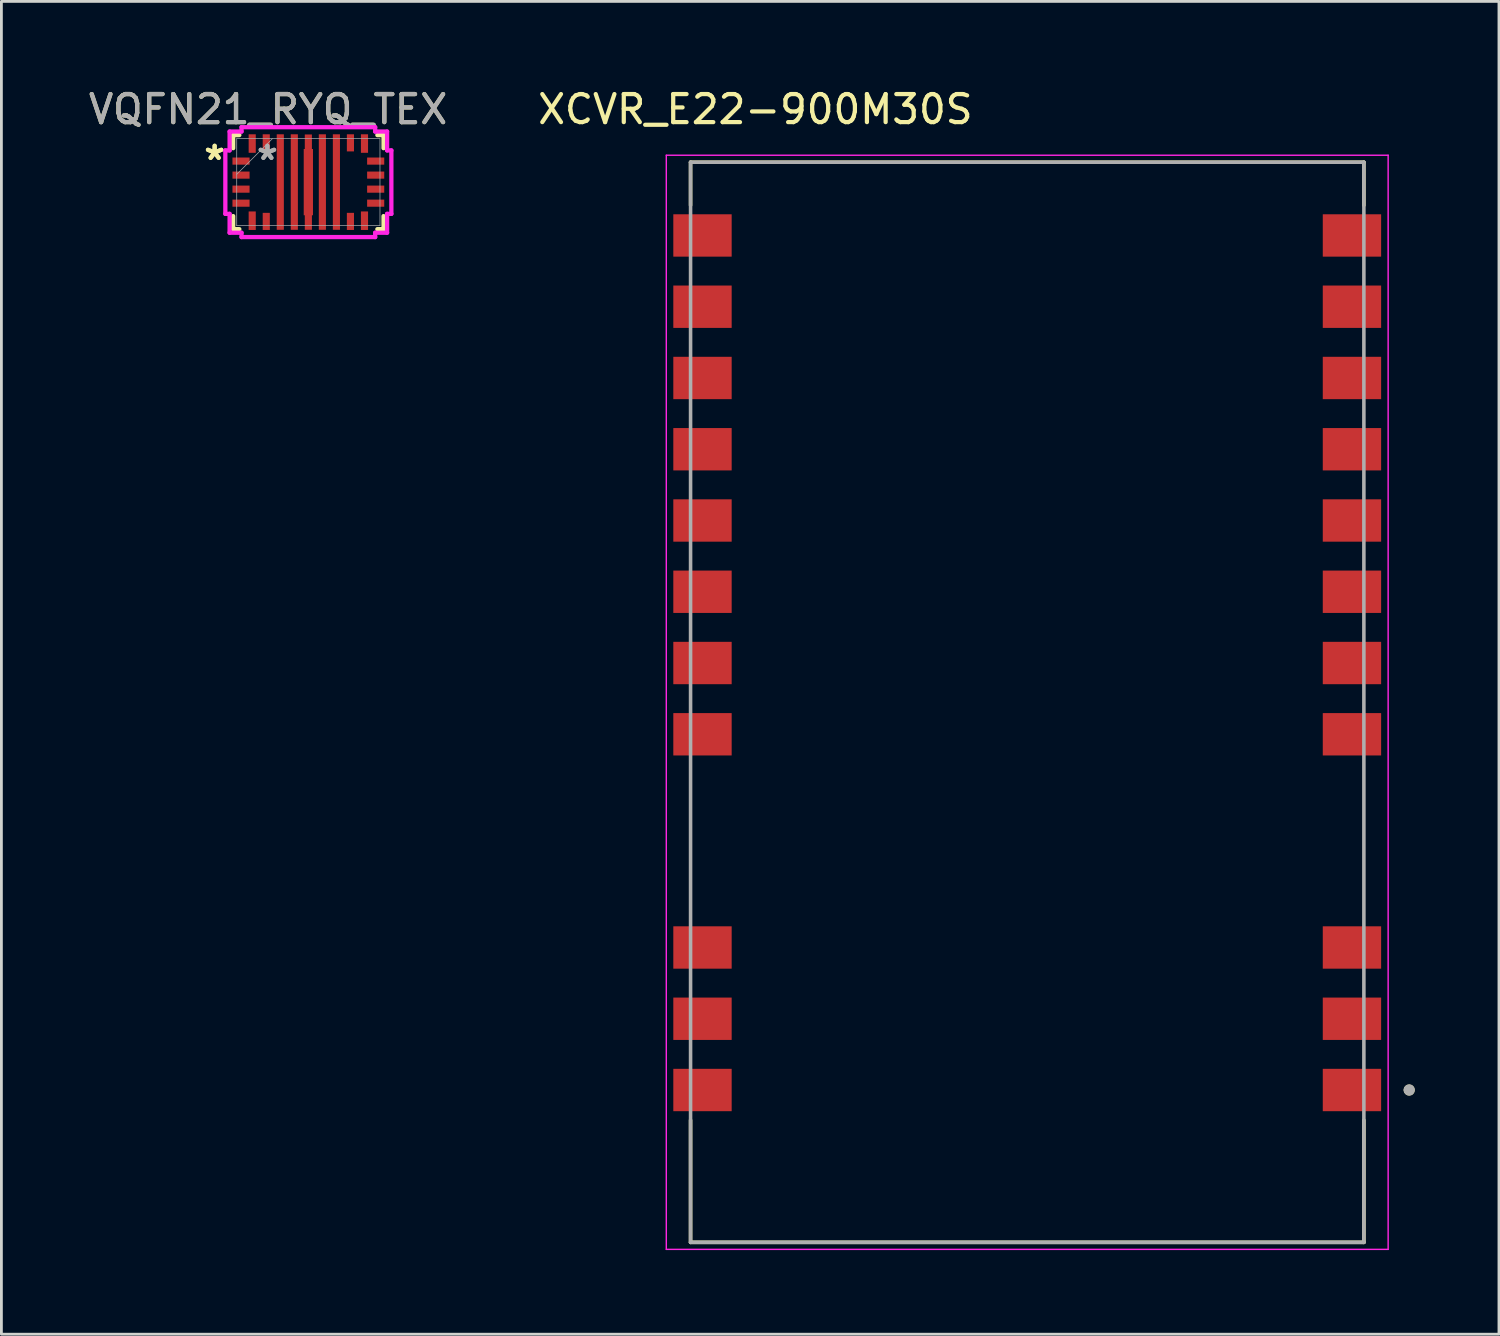
<source format=kicad_pcb>
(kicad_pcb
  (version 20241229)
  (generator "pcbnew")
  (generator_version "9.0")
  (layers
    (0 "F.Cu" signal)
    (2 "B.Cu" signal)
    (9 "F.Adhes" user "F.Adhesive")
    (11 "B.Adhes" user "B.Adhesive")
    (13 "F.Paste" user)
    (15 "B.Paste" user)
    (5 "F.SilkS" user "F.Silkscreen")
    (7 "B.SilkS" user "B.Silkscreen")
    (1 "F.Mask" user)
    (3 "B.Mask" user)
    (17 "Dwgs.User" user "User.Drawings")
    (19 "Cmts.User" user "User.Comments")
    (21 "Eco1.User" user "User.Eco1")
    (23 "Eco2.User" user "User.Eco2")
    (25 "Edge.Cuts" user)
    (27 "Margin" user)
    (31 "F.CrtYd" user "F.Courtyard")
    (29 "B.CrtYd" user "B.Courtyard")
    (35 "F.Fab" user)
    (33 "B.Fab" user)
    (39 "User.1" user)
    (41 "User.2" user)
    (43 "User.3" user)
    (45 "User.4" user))
  (footprint "VQFN21_RYQ_TEX"
    (layer "F.Cu")
    (at 7.941 3.442)
    (property "Reference" "VQFN21_RYQ_TEX" (at -1.435 -2.594 0) (unlocked yes) (layer "F.SilkS") (effects (font (size 1 1) (thickness 0.15))))
    (attr smd)
    (fp_poly (pts (xy -0.127 -1.699) (xy -0.127 -1.181) (xy -0.165 -1.181) (xy -0.165 1.181) (xy -0.127 1.181) (xy -0.127 1.699) (xy 0.127 1.699) (xy 0.127 1.181) (xy 0.165 1.181) (xy 0.165 -1.181) (xy 0.127 -1.181) (xy 0.127 -1.699)) (stroke (width 0) (type solid)) (fill yes) (layer "F.Cu"))
    (fp_poly (pts (xy -0.127 -1.699) (xy -0.127 -1.181) (xy -0.165 -1.181) (xy -0.165 1.181) (xy -0.127 1.181) (xy -0.127 1.699) (xy 0.127 1.699) (xy 0.127 1.181) (xy 0.165 1.181) (xy 0.165 -1.181) (xy 0.127 -1.181) (xy 0.127 -1.699)) (stroke (width 0) (type solid)) (fill yes) (layer "F.Mask"))
    (fp_line (start -2.68 -1.676) (end -2.68 -1.21) (stroke (width 0.152) (type solid)) (layer "F.SilkS"))
    (fp_line (start -2.68 1.21) (end -2.68 1.676) (stroke (width 0.152) (type solid)) (layer "F.SilkS"))
    (fp_line (start -2.68 1.676) (end -2.46 1.676) (stroke (width 0.152) (type solid)) (layer "F.SilkS"))
    (fp_line (start -2.46 -1.676) (end -2.68 -1.676) (stroke (width 0.152) (type solid)) (layer "F.SilkS"))
    (fp_line (start 2.46 1.676) (end 2.68 1.676) (stroke (width 0.152) (type solid)) (layer "F.SilkS"))
    (fp_line (start 2.68 -1.676) (end 2.46 -1.676) (stroke (width 0.152) (type solid)) (layer "F.SilkS"))
    (fp_line (start 2.68 -1.21) (end 2.68 -1.676) (stroke (width 0.152) (type solid)) (layer "F.SilkS"))
    (fp_line (start 2.68 1.676) (end 2.68 1.21) (stroke (width 0.152) (type solid)) (layer "F.SilkS"))
    (fp_poly (pts (xy -0.127 -1.699) (xy -0.127 -1.181) (xy -0.165 -1.181) (xy -0.165 1.181) (xy -0.127 1.181) (xy -0.127 1.699) (xy 0.127 1.699) (xy 0.127 1.181) (xy 0.165 1.181) (xy 0.165 -1.181) (xy 0.127 -1.181) (xy 0.127 -1.699)) (stroke (width 0) (type solid)) (fill yes) (layer "F.Paste"))
    (fp_poly (pts (xy 0.127 -1.705) (xy 0.127 -1.181) (xy 0.165 -1.181) (xy 0.165 1.181) (xy 0.127 1.181) (xy 0.127 1.699) (xy -0.127 1.699) (xy -0.127 1.181) (xy -0.165 1.181) (xy -0.165 -1.181) (xy -0.127 -1.181) (xy -0.127 -1.705)) (stroke (width 0) (type solid)) (fill yes) (layer "F.Paste"))
    (fp_poly (pts (xy 0.127 -1.705) (xy 0.127 -1.181) (xy 0.165 -1.181) (xy 0.165 1.181) (xy 0.127 1.181) (xy 0.127 1.699) (xy -0.127 1.699) (xy -0.127 1.181) (xy -0.165 1.181) (xy -0.165 -1.181) (xy -0.127 -1.181) (xy -0.127 -1.705)) (stroke (width 0) (type solid)) (fill yes) (layer "F.Paste"))
    (fp_line (start -2.959 -1.131) (end -2.807 -1.131) (stroke (width 0.152) (type solid)) (layer "F.CrtYd"))
    (fp_line (start -2.959 1.131) (end -2.959 -1.131) (stroke (width 0.152) (type solid)) (layer "F.CrtYd"))
    (fp_line (start -2.807 -1.803) (end -2.382 -1.803) (stroke (width 0.152) (type solid)) (layer "F.CrtYd"))
    (fp_line (start -2.807 -1.131) (end -2.807 -1.803) (stroke (width 0.152) (type solid)) (layer "F.CrtYd"))
    (fp_line (start -2.807 1.131) (end -2.959 1.131) (stroke (width 0.152) (type solid)) (layer "F.CrtYd"))
    (fp_line (start -2.807 1.803) (end -2.807 1.131) (stroke (width 0.152) (type solid)) (layer "F.CrtYd"))
    (fp_line (start -2.382 -1.959) (end 2.382 -1.959) (stroke (width 0.152) (type solid)) (layer "F.CrtYd"))
    (fp_line (start -2.382 -1.803) (end -2.382 -1.959) (stroke (width 0.152) (type solid)) (layer "F.CrtYd"))
    (fp_line (start -2.382 1.803) (end -2.807 1.803) (stroke (width 0.152) (type solid)) (layer "F.CrtYd"))
    (fp_line (start -2.382 1.959) (end -2.382 1.803) (stroke (width 0.152) (type solid)) (layer "F.CrtYd"))
    (fp_line (start 2.382 -1.959) (end 2.382 -1.803) (stroke (width 0.152) (type solid)) (layer "F.CrtYd"))
    (fp_line (start 2.382 -1.803) (end 2.807 -1.803) (stroke (width 0.152) (type solid)) (layer "F.CrtYd"))
    (fp_line (start 2.382 1.803) (end 2.382 1.959) (stroke (width 0.152) (type solid)) (layer "F.CrtYd"))
    (fp_line (start 2.382 1.959) (end -2.382 1.959) (stroke (width 0.152) (type solid)) (layer "F.CrtYd"))
    (fp_line (start 2.807 -1.803) (end 2.807 -1.131) (stroke (width 0.152) (type solid)) (layer "F.CrtYd"))
    (fp_line (start 2.807 -1.131) (end 2.959 -1.131) (stroke (width 0.152) (type solid)) (layer "F.CrtYd"))
    (fp_line (start 2.807 1.131) (end 2.807 1.803) (stroke (width 0.152) (type solid)) (layer "F.CrtYd"))
    (fp_line (start 2.807 1.803) (end 2.382 1.803) (stroke (width 0.152) (type solid)) (layer "F.CrtYd"))
    (fp_line (start 2.959 -1.131) (end 2.959 1.131) (stroke (width 0.152) (type solid)) (layer "F.CrtYd"))
    (fp_line (start 2.959 1.131) (end 2.807 1.131) (stroke (width 0.152) (type solid)) (layer "F.CrtYd"))
    (fp_line (start -2.553 -1.549) (end -2.553 1.549) (stroke (width 0.025) (type solid)) (layer "F.Fab"))
    (fp_line (start -2.553 -0.279) (end -1.283 -1.549) (stroke (width 0.025) (type solid)) (layer "F.Fab"))
    (fp_line (start -2.553 1.549) (end 2.553 1.549) (stroke (width 0.025) (type solid)) (layer "F.Fab"))
    (fp_line (start 2.553 -1.549) (end -2.553 -1.549) (stroke (width 0.025) (type solid)) (layer "F.Fab"))
    (fp_line (start 2.553 1.549) (end 2.553 -1.549) (stroke (width 0.025) (type solid)) (layer "F.Fab"))
    (fp_text user "*" (at -3.34 -0.75 0) (layer "F.SilkS") (effects (font (size 1 1) (thickness 0.15))))
    (fp_text user "*" (at -3.34 -0.75 0) (unlocked yes) (layer "F.SilkS") (effects (font (size 1 1) (thickness 0.15))))
    (fp_text user "*" (at -1.46 -0.75 0) (unlocked yes) (layer "F.Fab") (effects (font (size 1 1) (thickness 0.15))))
    (fp_text user "*" (at -1.46 -0.75 0) (layer "F.Fab") (effects (font (size 1 1) (thickness 0.15))))
    (fp_text user "${REFERENCE}" (at -1.435 -2.594 0) (unlocked yes) (layer "F.Fab") (effects (font (size 1 1) (thickness 0.15))))
    (pad "1" smd rect (at -2.4 -0.75) (size 0.61 0.254) (layers "F.Cu" "F.Mask" "F.Paste"))
    (pad "2" smd rect (at -2.4 -0.25) (size 0.61 0.254) (layers "F.Cu" "F.Mask" "F.Paste"))
    (pad "3" smd rect (at -2.4 0.25) (size 0.61 0.254) (layers "F.Cu" "F.Mask" "F.Paste"))
    (pad "4" smd rect (at -2.4 0.75) (size 0.61 0.254) (layers "F.Cu" "F.Mask" "F.Paste"))
    (pad "5" smd rect (at -2.001 1.375) (size 0.254 0.66) (layers "F.Cu" "F.Mask" "F.Paste"))
    (pad "6" smd rect (at -1.5 1.4 90) (size 0.61 0.254) (layers "F.Cu" "F.Mask" "F.Paste"))
    (pad "7" smd rect (at -1 -0.003) (size 0.254 3.404) (layers "F.Cu" "F.Mask" "F.Paste"))
    (pad "8" smd rect (at -0.5 -0.003) (size 0.254 3.404) (layers "F.Cu" "F.Mask" "F.Paste"))
    (pad "9" smd rect (at 0 -0.003) (size 0.127 0.127) (layers "F.Cu" "F.Mask" "F.Paste"))
    (pad "10" smd rect (at 0.5 -0.003) (size 0.254 3.404) (layers "F.Cu" "F.Mask" "F.Paste"))
    (pad "11" smd rect (at 1 -0.003) (size 0.254 3.404) (layers "F.Cu" "F.Mask" "F.Paste"))
    (pad "12" smd rect (at 1.5 1.4 90) (size 0.61 0.254) (layers "F.Cu" "F.Mask" "F.Paste"))
    (pad "13" smd rect (at 2.001 1.375) (size 0.254 0.66) (layers "F.Cu" "F.Mask" "F.Paste"))
    (pad "14" smd rect (at 2.4 0.75) (size 0.61 0.254) (layers "F.Cu" "F.Mask" "F.Paste"))
    (pad "15" smd rect (at 2.4 0.25) (size 0.61 0.254) (layers "F.Cu" "F.Mask" "F.Paste"))
    (pad "16" smd rect (at 2.4 -0.25) (size 0.61 0.254) (layers "F.Cu" "F.Mask" "F.Paste"))
    (pad "17" smd rect (at 2.4 -0.75) (size 0.61 0.254) (layers "F.Cu" "F.Mask" "F.Paste"))
    (pad "18" smd rect (at 2.001 -1.375) (size 0.254 0.66) (layers "F.Cu" "F.Mask" "F.Paste"))
    (pad "19" smd rect (at 1.5 -1.4 90) (size 0.61 0.254) (layers "F.Cu" "F.Mask" "F.Paste"))
    (pad "20" smd rect (at -1.5 -1.4 90) (size 0.61 0.254) (layers "F.Cu" "F.Mask" "F.Paste"))
    (pad "21" smd rect (at -2.001 -1.375) (size 0.254 0.66) (layers "F.Cu" "F.Mask" "F.Paste")))
  (footprint "XCVR_E22-900M30S"
    (layer "F.Cu")
    (at 33.565 21.983)
    (property "Reference" "XCVR_E22-900M30S" (at -9.69 -21.135 0) (layer "F.SilkS") (effects (font (size 1 1) (thickness 0.15))))
    (attr smd)
    (fp_line (start -12 -19.25) (end 12 -19.25) (stroke (width 0.127) (type solid)) (layer "F.SilkS"))
    (fp_line (start -12 -17.715) (end -12 -19.25) (stroke (width 0.127) (type solid)) (layer "F.SilkS"))
    (fp_line (start -12 19.25) (end -12 14.895) (stroke (width 0.127) (type solid)) (layer "F.SilkS"))
    (fp_line (start 12 -19.25) (end 12 -17.715) (stroke (width 0.127) (type solid)) (layer "F.SilkS"))
    (fp_line (start 12 19.25) (end -12 19.25) (stroke (width 0.127) (type solid)) (layer "F.SilkS"))
    (fp_line (start 12 19.25) (end 12 14.895) (stroke (width 0.127) (type solid)) (layer "F.SilkS"))
    (fp_circle (center 13.615 13.82) (end 13.715 13.82) (stroke (width 0.2) (type solid)) (fill no) (layer "F.SilkS"))
    (fp_line (start -12.865 -19.5) (end -12.865 19.5) (stroke (width 0.05) (type solid)) (layer "F.CrtYd"))
    (fp_line (start -12.865 19.5) (end 12.865 19.5) (stroke (width 0.05) (type solid)) (layer "F.CrtYd"))
    (fp_line (start 12.865 -19.5) (end -12.865 -19.5) (stroke (width 0.05) (type solid)) (layer "F.CrtYd"))
    (fp_line (start 12.865 19.5) (end 12.865 -19.5) (stroke (width 0.05) (type solid)) (layer "F.CrtYd"))
    (fp_line (start -12 -19.25) (end 12 -19.25) (stroke (width 0.127) (type solid)) (layer "F.Fab"))
    (fp_line (start -12 19.25) (end -12 -19.25) (stroke (width 0.127) (type solid)) (layer "F.Fab"))
    (fp_line (start 12 -19.25) (end 12 19.25) (stroke (width 0.127) (type solid)) (layer "F.Fab"))
    (fp_line (start 12 19.25) (end -12 19.25) (stroke (width 0.127) (type solid)) (layer "F.Fab"))
    (fp_circle (center 13.615 13.82) (end 13.715 13.82) (stroke (width 0.2) (type solid)) (fill no) (layer "F.Fab"))
    (pad "1" smd rect (at 11.575 13.82) (size 2.08 1.51) (layers "F.Cu" "F.Mask" "F.Paste"))
    (pad "2" smd rect (at 11.575 11.28) (size 2.08 1.51) (layers "F.Cu" "F.Mask" "F.Paste"))
    (pad "3" smd rect (at 11.575 8.74) (size 2.08 1.51) (layers "F.Cu" "F.Mask" "F.Paste"))
    (pad "4" smd rect (at 11.575 1.14) (size 2.08 1.51) (layers "F.Cu" "F.Mask" "F.Paste"))
    (pad "5" smd rect (at 11.575 -1.4) (size 2.08 1.51) (layers "F.Cu" "F.Mask" "F.Paste"))
    (pad "6" smd rect (at 11.575 -3.94) (size 2.08 1.51) (layers "F.Cu" "F.Mask" "F.Paste"))
    (pad "7" smd rect (at 11.575 -6.48) (size 2.08 1.51) (layers "F.Cu" "F.Mask" "F.Paste"))
    (pad "8" smd rect (at 11.575 -9.02) (size 2.08 1.51) (layers "F.Cu" "F.Mask" "F.Paste"))
    (pad "9" smd rect (at 11.575 -11.56) (size 2.08 1.51) (layers "F.Cu" "F.Mask" "F.Paste"))
    (pad "10" smd rect (at 11.575 -14.1) (size 2.08 1.51) (layers "F.Cu" "F.Mask" "F.Paste"))
    (pad "11" smd rect (at 11.575 -16.64) (size 2.08 1.51) (layers "F.Cu" "F.Mask" "F.Paste"))
    (pad "12" smd rect (at -11.575 -16.64) (size 2.08 1.51) (layers "F.Cu" "F.Mask" "F.Paste"))
    (pad "13" smd rect (at -11.575 -14.1) (size 2.08 1.51) (layers "F.Cu" "F.Mask" "F.Paste"))
    (pad "14" smd rect (at -11.575 -11.56) (size 2.08 1.51) (layers "F.Cu" "F.Mask" "F.Paste"))
    (pad "15" smd rect (at -11.575 -9.02) (size 2.08 1.51) (layers "F.Cu" "F.Mask" "F.Paste"))
    (pad "16" smd rect (at -11.575 -6.48) (size 2.08 1.51) (layers "F.Cu" "F.Mask" "F.Paste"))
    (pad "17" smd rect (at -11.575 -3.94) (size 2.08 1.51) (layers "F.Cu" "F.Mask" "F.Paste"))
    (pad "18" smd rect (at -11.575 -1.4) (size 2.08 1.51) (layers "F.Cu" "F.Mask" "F.Paste"))
    (pad "19" smd rect (at -11.575 1.14) (size 2.08 1.51) (layers "F.Cu" "F.Mask" "F.Paste"))
    (pad "20" smd rect (at -11.575 8.74) (size 2.08 1.51) (layers "F.Cu" "F.Mask" "F.Paste"))
    (pad "21" smd rect (at -11.575 11.28) (size 2.08 1.51) (layers "F.Cu" "F.Mask" "F.Paste"))
    (pad "22" smd rect (at -11.575 13.82) (size 2.08 1.51) (layers "F.Cu" "F.Mask" "F.Paste")))
  (gr_rect
    (start -3 -3)
    (end 50.38 44.508)
    (stroke (width 0.1) (type default))
    (fill no)
    (layer "Edge.Cuts")))
</source>
